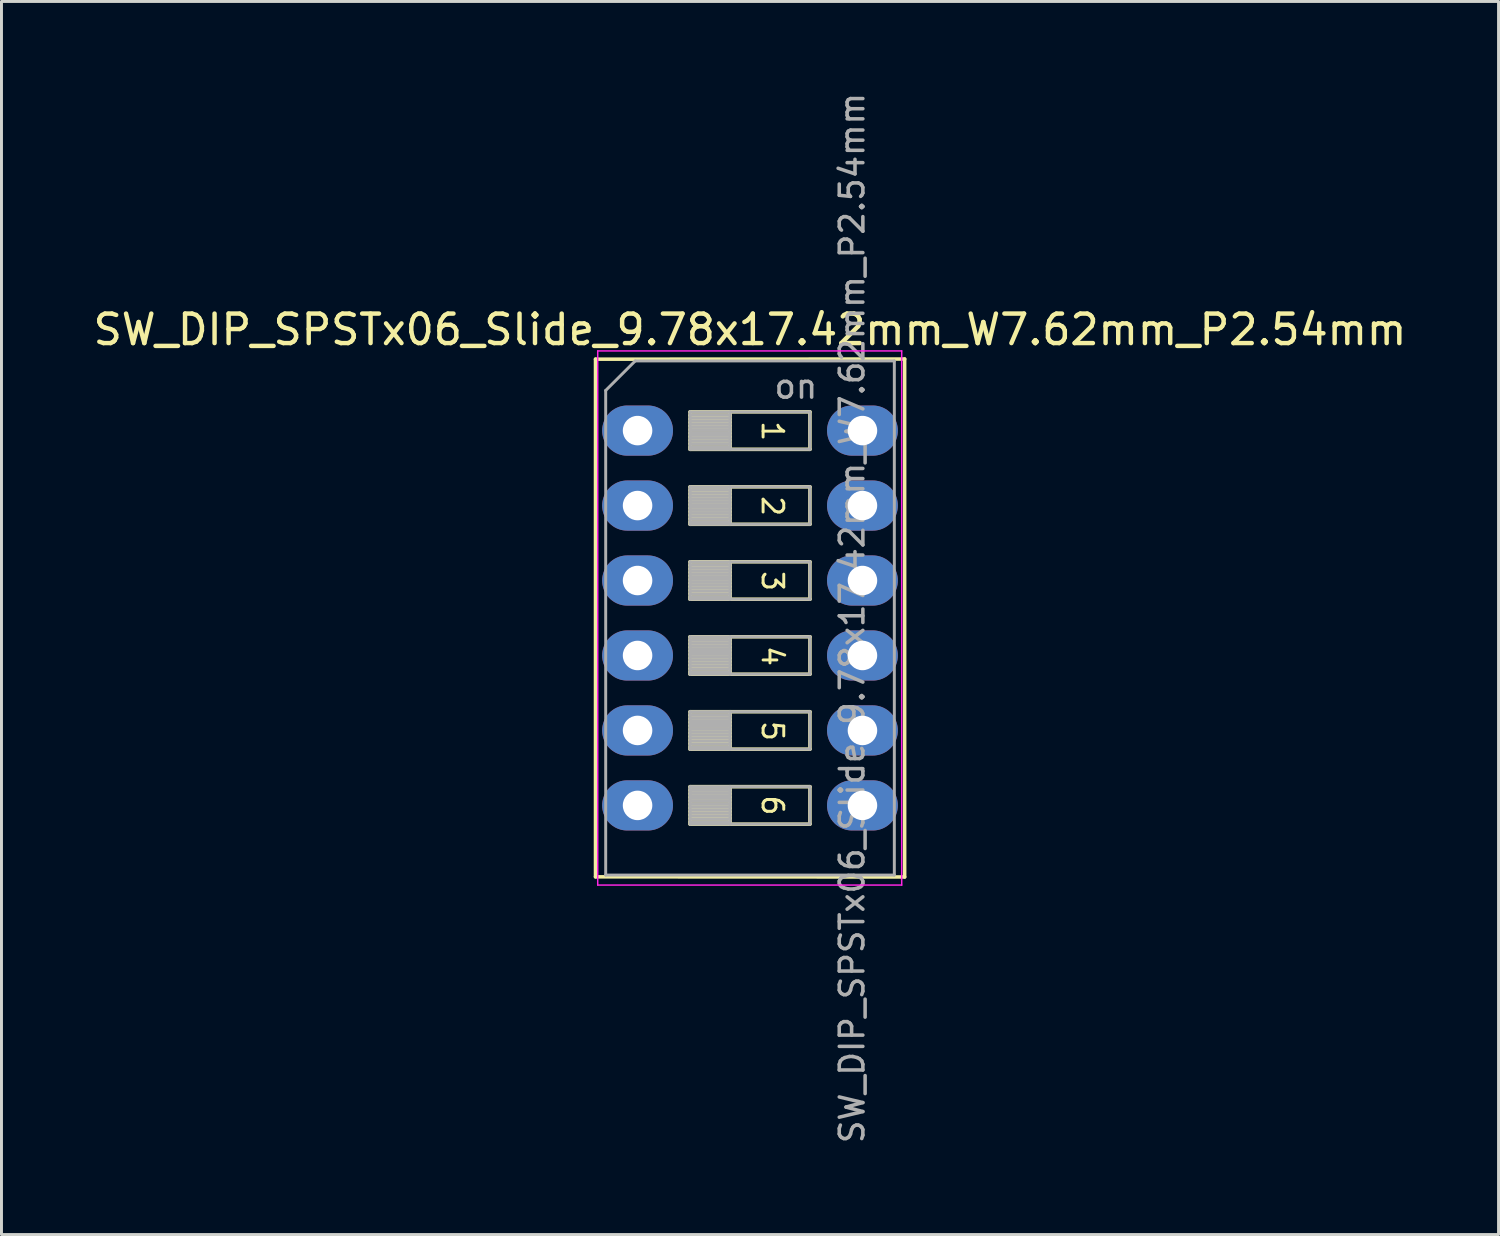
<source format=kicad_pcb>
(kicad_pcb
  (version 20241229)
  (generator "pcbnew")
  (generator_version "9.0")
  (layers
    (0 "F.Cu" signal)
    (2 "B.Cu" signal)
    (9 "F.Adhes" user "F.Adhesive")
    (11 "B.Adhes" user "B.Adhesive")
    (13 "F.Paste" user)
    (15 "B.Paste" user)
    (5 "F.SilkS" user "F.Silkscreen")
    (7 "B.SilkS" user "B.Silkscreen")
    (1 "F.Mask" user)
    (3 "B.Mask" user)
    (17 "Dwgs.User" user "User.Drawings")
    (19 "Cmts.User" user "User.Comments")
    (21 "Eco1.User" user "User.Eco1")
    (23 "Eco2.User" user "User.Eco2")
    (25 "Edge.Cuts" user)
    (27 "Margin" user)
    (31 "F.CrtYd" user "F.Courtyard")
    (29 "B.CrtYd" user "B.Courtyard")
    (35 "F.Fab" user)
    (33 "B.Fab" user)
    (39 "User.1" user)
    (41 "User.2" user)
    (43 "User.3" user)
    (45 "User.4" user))
  (footprint "SW_DIP_SPSTx06_Slide_9.78x17.42mm_W7.62mm_P2.54mm"
    (layer "F.Cu")
    (at 18.553 11.54)
    (property "Reference" "SW_DIP_SPSTx06_Slide_9.78x17.42mm_W7.62mm_P2.54mm" (at 3.81 -3.42 0) (layer "F.SilkS") (effects (font (size 1 1) (thickness 0.15))))
    (attr through_hole)
    (fp_line (start -1.425 -2.42) (end -1.425 15.12) (stroke (width 0.12) (type solid)) (layer "F.SilkS"))
    (fp_line (start -1.425 -2.42) (end 9.05 -2.425) (stroke (width 0.12) (type solid)) (layer "F.SilkS"))
    (fp_line (start -1.425 15.12) (end 9.05 15.125) (stroke (width 0.12) (type solid)) (layer "F.SilkS"))
    (fp_line (start 1.78 -0.635) (end 1.78 0.635) (stroke (width 0.12) (type solid)) (layer "F.SilkS"))
    (fp_line (start 1.78 -0.515) (end 3.133 -0.515) (stroke (width 0.12) (type solid)) (layer "F.SilkS"))
    (fp_line (start 1.78 -0.395) (end 3.133 -0.395) (stroke (width 0.12) (type solid)) (layer "F.SilkS"))
    (fp_line (start 1.78 -0.275) (end 3.133 -0.275) (stroke (width 0.12) (type solid)) (layer "F.SilkS"))
    (fp_line (start 1.78 -0.155) (end 3.133 -0.155) (stroke (width 0.12) (type solid)) (layer "F.SilkS"))
    (fp_line (start 1.78 -0.035) (end 3.133 -0.035) (stroke (width 0.12) (type solid)) (layer "F.SilkS"))
    (fp_line (start 1.78 0.085) (end 3.133 0.085) (stroke (width 0.12) (type solid)) (layer "F.SilkS"))
    (fp_line (start 1.78 0.205) (end 3.133 0.205) (stroke (width 0.12) (type solid)) (layer "F.SilkS"))
    (fp_line (start 1.78 0.325) (end 3.133 0.325) (stroke (width 0.12) (type solid)) (layer "F.SilkS"))
    (fp_line (start 1.78 0.445) (end 3.133 0.445) (stroke (width 0.12) (type solid)) (layer "F.SilkS"))
    (fp_line (start 1.78 0.565) (end 3.133 0.565) (stroke (width 0.12) (type solid)) (layer "F.SilkS"))
    (fp_line (start 1.78 0.635) (end 5.84 0.635) (stroke (width 0.12) (type solid)) (layer "F.SilkS"))
    (fp_line (start 1.78 1.905) (end 1.78 3.175) (stroke (width 0.12) (type solid)) (layer "F.SilkS"))
    (fp_line (start 1.78 2.025) (end 3.133 2.025) (stroke (width 0.12) (type solid)) (layer "F.SilkS"))
    (fp_line (start 1.78 2.145) (end 3.133 2.145) (stroke (width 0.12) (type solid)) (layer "F.SilkS"))
    (fp_line (start 1.78 2.265) (end 3.133 2.265) (stroke (width 0.12) (type solid)) (layer "F.SilkS"))
    (fp_line (start 1.78 2.385) (end 3.133 2.385) (stroke (width 0.12) (type solid)) (layer "F.SilkS"))
    (fp_line (start 1.78 2.505) (end 3.133 2.505) (stroke (width 0.12) (type solid)) (layer "F.SilkS"))
    (fp_line (start 1.78 2.625) (end 3.133 2.625) (stroke (width 0.12) (type solid)) (layer "F.SilkS"))
    (fp_line (start 1.78 2.745) (end 3.133 2.745) (stroke (width 0.12) (type solid)) (layer "F.SilkS"))
    (fp_line (start 1.78 2.865) (end 3.133 2.865) (stroke (width 0.12) (type solid)) (layer "F.SilkS"))
    (fp_line (start 1.78 2.985) (end 3.133 2.985) (stroke (width 0.12) (type solid)) (layer "F.SilkS"))
    (fp_line (start 1.78 3.105) (end 3.133 3.105) (stroke (width 0.12) (type solid)) (layer "F.SilkS"))
    (fp_line (start 1.78 3.175) (end 5.84 3.175) (stroke (width 0.12) (type solid)) (layer "F.SilkS"))
    (fp_line (start 1.78 4.445) (end 1.78 5.715) (stroke (width 0.12) (type solid)) (layer "F.SilkS"))
    (fp_line (start 1.78 4.565) (end 3.133 4.565) (stroke (width 0.12) (type solid)) (layer "F.SilkS"))
    (fp_line (start 1.78 4.685) (end 3.133 4.685) (stroke (width 0.12) (type solid)) (layer "F.SilkS"))
    (fp_line (start 1.78 4.805) (end 3.133 4.805) (stroke (width 0.12) (type solid)) (layer "F.SilkS"))
    (fp_line (start 1.78 4.925) (end 3.133 4.925) (stroke (width 0.12) (type solid)) (layer "F.SilkS"))
    (fp_line (start 1.78 5.045) (end 3.133 5.045) (stroke (width 0.12) (type solid)) (layer "F.SilkS"))
    (fp_line (start 1.78 5.165) (end 3.133 5.165) (stroke (width 0.12) (type solid)) (layer "F.SilkS"))
    (fp_line (start 1.78 5.285) (end 3.133 5.285) (stroke (width 0.12) (type solid)) (layer "F.SilkS"))
    (fp_line (start 1.78 5.405) (end 3.133 5.405) (stroke (width 0.12) (type solid)) (layer "F.SilkS"))
    (fp_line (start 1.78 5.525) (end 3.133 5.525) (stroke (width 0.12) (type solid)) (layer "F.SilkS"))
    (fp_line (start 1.78 5.645) (end 3.133 5.645) (stroke (width 0.12) (type solid)) (layer "F.SilkS"))
    (fp_line (start 1.78 5.715) (end 5.84 5.715) (stroke (width 0.12) (type solid)) (layer "F.SilkS"))
    (fp_line (start 1.78 6.985) (end 1.78 8.255) (stroke (width 0.12) (type solid)) (layer "F.SilkS"))
    (fp_line (start 1.78 7.105) (end 3.133 7.105) (stroke (width 0.12) (type solid)) (layer "F.SilkS"))
    (fp_line (start 1.78 7.225) (end 3.133 7.225) (stroke (width 0.12) (type solid)) (layer "F.SilkS"))
    (fp_line (start 1.78 7.345) (end 3.133 7.345) (stroke (width 0.12) (type solid)) (layer "F.SilkS"))
    (fp_line (start 1.78 7.465) (end 3.133 7.465) (stroke (width 0.12) (type solid)) (layer "F.SilkS"))
    (fp_line (start 1.78 7.585) (end 3.133 7.585) (stroke (width 0.12) (type solid)) (layer "F.SilkS"))
    (fp_line (start 1.78 7.705) (end 3.133 7.705) (stroke (width 0.12) (type solid)) (layer "F.SilkS"))
    (fp_line (start 1.78 7.825) (end 3.133 7.825) (stroke (width 0.12) (type solid)) (layer "F.SilkS"))
    (fp_line (start 1.78 7.945) (end 3.133 7.945) (stroke (width 0.12) (type solid)) (layer "F.SilkS"))
    (fp_line (start 1.78 8.065) (end 3.133 8.065) (stroke (width 0.12) (type solid)) (layer "F.SilkS"))
    (fp_line (start 1.78 8.185) (end 3.133 8.185) (stroke (width 0.12) (type solid)) (layer "F.SilkS"))
    (fp_line (start 1.78 8.255) (end 5.84 8.255) (stroke (width 0.12) (type solid)) (layer "F.SilkS"))
    (fp_line (start 1.78 9.525) (end 1.78 10.795) (stroke (width 0.12) (type solid)) (layer "F.SilkS"))
    (fp_line (start 1.78 9.645) (end 3.133 9.645) (stroke (width 0.12) (type solid)) (layer "F.SilkS"))
    (fp_line (start 1.78 9.765) (end 3.133 9.765) (stroke (width 0.12) (type solid)) (layer "F.SilkS"))
    (fp_line (start 1.78 9.885) (end 3.133 9.885) (stroke (width 0.12) (type solid)) (layer "F.SilkS"))
    (fp_line (start 1.78 10.005) (end 3.133 10.005) (stroke (width 0.12) (type solid)) (layer "F.SilkS"))
    (fp_line (start 1.78 10.125) (end 3.133 10.125) (stroke (width 0.12) (type solid)) (layer "F.SilkS"))
    (fp_line (start 1.78 10.245) (end 3.133 10.245) (stroke (width 0.12) (type solid)) (layer "F.SilkS"))
    (fp_line (start 1.78 10.365) (end 3.133 10.365) (stroke (width 0.12) (type solid)) (layer "F.SilkS"))
    (fp_line (start 1.78 10.485) (end 3.133 10.485) (stroke (width 0.12) (type solid)) (layer "F.SilkS"))
    (fp_line (start 1.78 10.605) (end 3.133 10.605) (stroke (width 0.12) (type solid)) (layer "F.SilkS"))
    (fp_line (start 1.78 10.725) (end 3.133 10.725) (stroke (width 0.12) (type solid)) (layer "F.SilkS"))
    (fp_line (start 1.78 10.795) (end 5.84 10.795) (stroke (width 0.12) (type solid)) (layer "F.SilkS"))
    (fp_line (start 1.78 12.065) (end 1.78 13.335) (stroke (width 0.12) (type solid)) (layer "F.SilkS"))
    (fp_line (start 1.78 12.185) (end 3.133 12.185) (stroke (width 0.12) (type solid)) (layer "F.SilkS"))
    (fp_line (start 1.78 12.305) (end 3.133 12.305) (stroke (width 0.12) (type solid)) (layer "F.SilkS"))
    (fp_line (start 1.78 12.425) (end 3.133 12.425) (stroke (width 0.12) (type solid)) (layer "F.SilkS"))
    (fp_line (start 1.78 12.545) (end 3.133 12.545) (stroke (width 0.12) (type solid)) (layer "F.SilkS"))
    (fp_line (start 1.78 12.665) (end 3.133 12.665) (stroke (width 0.12) (type solid)) (layer "F.SilkS"))
    (fp_line (start 1.78 12.785) (end 3.133 12.785) (stroke (width 0.12) (type solid)) (layer "F.SilkS"))
    (fp_line (start 1.78 12.905) (end 3.133 12.905) (stroke (width 0.12) (type solid)) (layer "F.SilkS"))
    (fp_line (start 1.78 13.025) (end 3.133 13.025) (stroke (width 0.12) (type solid)) (layer "F.SilkS"))
    (fp_line (start 1.78 13.145) (end 3.133 13.145) (stroke (width 0.12) (type solid)) (layer "F.SilkS"))
    (fp_line (start 1.78 13.265) (end 3.133 13.265) (stroke (width 0.12) (type solid)) (layer "F.SilkS"))
    (fp_line (start 1.78 13.335) (end 5.84 13.335) (stroke (width 0.12) (type solid)) (layer "F.SilkS"))
    (fp_line (start 3.133 -0.635) (end 3.133 0.635) (stroke (width 0.12) (type solid)) (layer "F.SilkS"))
    (fp_line (start 3.133 1.905) (end 3.133 3.175) (stroke (width 0.12) (type solid)) (layer "F.SilkS"))
    (fp_line (start 3.133 4.445) (end 3.133 5.715) (stroke (width 0.12) (type solid)) (layer "F.SilkS"))
    (fp_line (start 3.133 6.985) (end 3.133 8.255) (stroke (width 0.12) (type solid)) (layer "F.SilkS"))
    (fp_line (start 3.133 9.525) (end 3.133 10.795) (stroke (width 0.12) (type solid)) (layer "F.SilkS"))
    (fp_line (start 3.133 12.065) (end 3.133 13.335) (stroke (width 0.12) (type solid)) (layer "F.SilkS"))
    (fp_line (start 5.84 -0.635) (end 1.78 -0.635) (stroke (width 0.12) (type solid)) (layer "F.SilkS"))
    (fp_line (start 5.84 0.635) (end 5.84 -0.635) (stroke (width 0.12) (type solid)) (layer "F.SilkS"))
    (fp_line (start 5.84 1.905) (end 1.78 1.905) (stroke (width 0.12) (type solid)) (layer "F.SilkS"))
    (fp_line (start 5.84 3.175) (end 5.84 1.905) (stroke (width 0.12) (type solid)) (layer "F.SilkS"))
    (fp_line (start 5.84 4.445) (end 1.78 4.445) (stroke (width 0.12) (type solid)) (layer "F.SilkS"))
    (fp_line (start 5.84 5.715) (end 5.84 4.445) (stroke (width 0.12) (type solid)) (layer "F.SilkS"))
    (fp_line (start 5.84 6.985) (end 1.78 6.985) (stroke (width 0.12) (type solid)) (layer "F.SilkS"))
    (fp_line (start 5.84 8.255) (end 5.84 6.985) (stroke (width 0.12) (type solid)) (layer "F.SilkS"))
    (fp_line (start 5.84 9.525) (end 1.78 9.525) (stroke (width 0.12) (type solid)) (layer "F.SilkS"))
    (fp_line (start 5.84 10.795) (end 5.84 9.525) (stroke (width 0.12) (type solid)) (layer "F.SilkS"))
    (fp_line (start 5.84 12.065) (end 1.78 12.065) (stroke (width 0.12) (type solid)) (layer "F.SilkS"))
    (fp_line (start 5.84 13.335) (end 5.84 12.065) (stroke (width 0.12) (type solid)) (layer "F.SilkS"))
    (fp_line (start 9.05 -2.425) (end 9.05 15.125) (stroke (width 0.12) (type solid)) (layer "F.SilkS"))
    (fp_line (start -1.35 -2.7) (end -1.35 15.4) (stroke (width 0.05) (type solid)) (layer "F.CrtYd"))
    (fp_line (start -1.35 15.4) (end 8.95 15.4) (stroke (width 0.05) (type solid)) (layer "F.CrtYd"))
    (fp_line (start 8.95 -2.7) (end -1.35 -2.7) (stroke (width 0.05) (type solid)) (layer "F.CrtYd"))
    (fp_line (start 8.95 15.4) (end 8.95 -2.7) (stroke (width 0.05) (type solid)) (layer "F.CrtYd"))
    (fp_line (start -1.08 -1.36) (end -0.08 -2.36) (stroke (width 0.1) (type solid)) (layer "F.Fab"))
    (fp_line (start -1.08 15.06) (end -1.08 -1.36) (stroke (width 0.1) (type solid)) (layer "F.Fab"))
    (fp_line (start -0.08 -2.36) (end 8.7 -2.36) (stroke (width 0.1) (type solid)) (layer "F.Fab"))
    (fp_line (start 1.78 -0.635) (end 1.78 0.635) (stroke (width 0.1) (type solid)) (layer "F.Fab"))
    (fp_line (start 1.78 -0.535) (end 3.133 -0.535) (stroke (width 0.1) (type solid)) (layer "F.Fab"))
    (fp_line (start 1.78 -0.435) (end 3.133 -0.435) (stroke (width 0.1) (type solid)) (layer "F.Fab"))
    (fp_line (start 1.78 -0.335) (end 3.133 -0.335) (stroke (width 0.1) (type solid)) (layer "F.Fab"))
    (fp_line (start 1.78 -0.235) (end 3.133 -0.235) (stroke (width 0.1) (type solid)) (layer "F.Fab"))
    (fp_line (start 1.78 -0.135) (end 3.133 -0.135) (stroke (width 0.1) (type solid)) (layer "F.Fab"))
    (fp_line (start 1.78 -0.035) (end 3.133 -0.035) (stroke (width 0.1) (type solid)) (layer "F.Fab"))
    (fp_line (start 1.78 0.065) (end 3.133 0.065) (stroke (width 0.1) (type solid)) (layer "F.Fab"))
    (fp_line (start 1.78 0.165) (end 3.133 0.165) (stroke (width 0.1) (type solid)) (layer "F.Fab"))
    (fp_line (start 1.78 0.265) (end 3.133 0.265) (stroke (width 0.1) (type solid)) (layer "F.Fab"))
    (fp_line (start 1.78 0.365) (end 3.133 0.365) (stroke (width 0.1) (type solid)) (layer "F.Fab"))
    (fp_line (start 1.78 0.465) (end 3.133 0.465) (stroke (width 0.1) (type solid)) (layer "F.Fab"))
    (fp_line (start 1.78 0.565) (end 3.133 0.565) (stroke (width 0.1) (type solid)) (layer "F.Fab"))
    (fp_line (start 1.78 0.635) (end 5.84 0.635) (stroke (width 0.1) (type solid)) (layer "F.Fab"))
    (fp_line (start 1.78 1.905) (end 1.78 3.175) (stroke (width 0.1) (type solid)) (layer "F.Fab"))
    (fp_line (start 1.78 2.005) (end 3.133 2.005) (stroke (width 0.1) (type solid)) (layer "F.Fab"))
    (fp_line (start 1.78 2.105) (end 3.133 2.105) (stroke (width 0.1) (type solid)) (layer "F.Fab"))
    (fp_line (start 1.78 2.205) (end 3.133 2.205) (stroke (width 0.1) (type solid)) (layer "F.Fab"))
    (fp_line (start 1.78 2.305) (end 3.133 2.305) (stroke (width 0.1) (type solid)) (layer "F.Fab"))
    (fp_line (start 1.78 2.405) (end 3.133 2.405) (stroke (width 0.1) (type solid)) (layer "F.Fab"))
    (fp_line (start 1.78 2.505) (end 3.133 2.505) (stroke (width 0.1) (type solid)) (layer "F.Fab"))
    (fp_line (start 1.78 2.605) (end 3.133 2.605) (stroke (width 0.1) (type solid)) (layer "F.Fab"))
    (fp_line (start 1.78 2.705) (end 3.133 2.705) (stroke (width 0.1) (type solid)) (layer "F.Fab"))
    (fp_line (start 1.78 2.805) (end 3.133 2.805) (stroke (width 0.1) (type solid)) (layer "F.Fab"))
    (fp_line (start 1.78 2.905) (end 3.133 2.905) (stroke (width 0.1) (type solid)) (layer "F.Fab"))
    (fp_line (start 1.78 3.005) (end 3.133 3.005) (stroke (width 0.1) (type solid)) (layer "F.Fab"))
    (fp_line (start 1.78 3.105) (end 3.133 3.105) (stroke (width 0.1) (type solid)) (layer "F.Fab"))
    (fp_line (start 1.78 3.175) (end 5.84 3.175) (stroke (width 0.1) (type solid)) (layer "F.Fab"))
    (fp_line (start 1.78 4.445) (end 1.78 5.715) (stroke (width 0.1) (type solid)) (layer "F.Fab"))
    (fp_line (start 1.78 4.545) (end 3.133 4.545) (stroke (width 0.1) (type solid)) (layer "F.Fab"))
    (fp_line (start 1.78 4.645) (end 3.133 4.645) (stroke (width 0.1) (type solid)) (layer "F.Fab"))
    (fp_line (start 1.78 4.745) (end 3.133 4.745) (stroke (width 0.1) (type solid)) (layer "F.Fab"))
    (fp_line (start 1.78 4.845) (end 3.133 4.845) (stroke (width 0.1) (type solid)) (layer "F.Fab"))
    (fp_line (start 1.78 4.945) (end 3.133 4.945) (stroke (width 0.1) (type solid)) (layer "F.Fab"))
    (fp_line (start 1.78 5.045) (end 3.133 5.045) (stroke (width 0.1) (type solid)) (layer "F.Fab"))
    (fp_line (start 1.78 5.145) (end 3.133 5.145) (stroke (width 0.1) (type solid)) (layer "F.Fab"))
    (fp_line (start 1.78 5.245) (end 3.133 5.245) (stroke (width 0.1) (type solid)) (layer "F.Fab"))
    (fp_line (start 1.78 5.345) (end 3.133 5.345) (stroke (width 0.1) (type solid)) (layer "F.Fab"))
    (fp_line (start 1.78 5.445) (end 3.133 5.445) (stroke (width 0.1) (type solid)) (layer "F.Fab"))
    (fp_line (start 1.78 5.545) (end 3.133 5.545) (stroke (width 0.1) (type solid)) (layer "F.Fab"))
    (fp_line (start 1.78 5.645) (end 3.133 5.645) (stroke (width 0.1) (type solid)) (layer "F.Fab"))
    (fp_line (start 1.78 5.715) (end 5.84 5.715) (stroke (width 0.1) (type solid)) (layer "F.Fab"))
    (fp_line (start 1.78 6.985) (end 1.78 8.255) (stroke (width 0.1) (type solid)) (layer "F.Fab"))
    (fp_line (start 1.78 7.085) (end 3.133 7.085) (stroke (width 0.1) (type solid)) (layer "F.Fab"))
    (fp_line (start 1.78 7.185) (end 3.133 7.185) (stroke (width 0.1) (type solid)) (layer "F.Fab"))
    (fp_line (start 1.78 7.285) (end 3.133 7.285) (stroke (width 0.1) (type solid)) (layer "F.Fab"))
    (fp_line (start 1.78 7.385) (end 3.133 7.385) (stroke (width 0.1) (type solid)) (layer "F.Fab"))
    (fp_line (start 1.78 7.485) (end 3.133 7.485) (stroke (width 0.1) (type solid)) (layer "F.Fab"))
    (fp_line (start 1.78 7.585) (end 3.133 7.585) (stroke (width 0.1) (type solid)) (layer "F.Fab"))
    (fp_line (start 1.78 7.685) (end 3.133 7.685) (stroke (width 0.1) (type solid)) (layer "F.Fab"))
    (fp_line (start 1.78 7.785) (end 3.133 7.785) (stroke (width 0.1) (type solid)) (layer "F.Fab"))
    (fp_line (start 1.78 7.885) (end 3.133 7.885) (stroke (width 0.1) (type solid)) (layer "F.Fab"))
    (fp_line (start 1.78 7.985) (end 3.133 7.985) (stroke (width 0.1) (type solid)) (layer "F.Fab"))
    (fp_line (start 1.78 8.085) (end 3.133 8.085) (stroke (width 0.1) (type solid)) (layer "F.Fab"))
    (fp_line (start 1.78 8.185) (end 3.133 8.185) (stroke (width 0.1) (type solid)) (layer "F.Fab"))
    (fp_line (start 1.78 8.255) (end 5.84 8.255) (stroke (width 0.1) (type solid)) (layer "F.Fab"))
    (fp_line (start 1.78 9.525) (end 1.78 10.795) (stroke (width 0.1) (type solid)) (layer "F.Fab"))
    (fp_line (start 1.78 9.625) (end 3.133 9.625) (stroke (width 0.1) (type solid)) (layer "F.Fab"))
    (fp_line (start 1.78 9.725) (end 3.133 9.725) (stroke (width 0.1) (type solid)) (layer "F.Fab"))
    (fp_line (start 1.78 9.825) (end 3.133 9.825) (stroke (width 0.1) (type solid)) (layer "F.Fab"))
    (fp_line (start 1.78 9.925) (end 3.133 9.925) (stroke (width 0.1) (type solid)) (layer "F.Fab"))
    (fp_line (start 1.78 10.025) (end 3.133 10.025) (stroke (width 0.1) (type solid)) (layer "F.Fab"))
    (fp_line (start 1.78 10.125) (end 3.133 10.125) (stroke (width 0.1) (type solid)) (layer "F.Fab"))
    (fp_line (start 1.78 10.225) (end 3.133 10.225) (stroke (width 0.1) (type solid)) (layer "F.Fab"))
    (fp_line (start 1.78 10.325) (end 3.133 10.325) (stroke (width 0.1) (type solid)) (layer "F.Fab"))
    (fp_line (start 1.78 10.425) (end 3.133 10.425) (stroke (width 0.1) (type solid)) (layer "F.Fab"))
    (fp_line (start 1.78 10.525) (end 3.133 10.525) (stroke (width 0.1) (type solid)) (layer "F.Fab"))
    (fp_line (start 1.78 10.625) (end 3.133 10.625) (stroke (width 0.1) (type solid)) (layer "F.Fab"))
    (fp_line (start 1.78 10.725) (end 3.133 10.725) (stroke (width 0.1) (type solid)) (layer "F.Fab"))
    (fp_line (start 1.78 10.795) (end 5.84 10.795) (stroke (width 0.1) (type solid)) (layer "F.Fab"))
    (fp_line (start 1.78 12.065) (end 1.78 13.335) (stroke (width 0.1) (type solid)) (layer "F.Fab"))
    (fp_line (start 1.78 12.165) (end 3.133 12.165) (stroke (width 0.1) (type solid)) (layer "F.Fab"))
    (fp_line (start 1.78 12.265) (end 3.133 12.265) (stroke (width 0.1) (type solid)) (layer "F.Fab"))
    (fp_line (start 1.78 12.365) (end 3.133 12.365) (stroke (width 0.1) (type solid)) (layer "F.Fab"))
    (fp_line (start 1.78 12.465) (end 3.133 12.465) (stroke (width 0.1) (type solid)) (layer "F.Fab"))
    (fp_line (start 1.78 12.565) (end 3.133 12.565) (stroke (width 0.1) (type solid)) (layer "F.Fab"))
    (fp_line (start 1.78 12.665) (end 3.133 12.665) (stroke (width 0.1) (type solid)) (layer "F.Fab"))
    (fp_line (start 1.78 12.765) (end 3.133 12.765) (stroke (width 0.1) (type solid)) (layer "F.Fab"))
    (fp_line (start 1.78 12.865) (end 3.133 12.865) (stroke (width 0.1) (type solid)) (layer "F.Fab"))
    (fp_line (start 1.78 12.965) (end 3.133 12.965) (stroke (width 0.1) (type solid)) (layer "F.Fab"))
    (fp_line (start 1.78 13.065) (end 3.133 13.065) (stroke (width 0.1) (type solid)) (layer "F.Fab"))
    (fp_line (start 1.78 13.165) (end 3.133 13.165) (stroke (width 0.1) (type solid)) (layer "F.Fab"))
    (fp_line (start 1.78 13.265) (end 3.133 13.265) (stroke (width 0.1) (type solid)) (layer "F.Fab"))
    (fp_line (start 1.78 13.335) (end 5.84 13.335) (stroke (width 0.1) (type solid)) (layer "F.Fab"))
    (fp_line (start 3.133 -0.635) (end 3.133 0.635) (stroke (width 0.1) (type solid)) (layer "F.Fab"))
    (fp_line (start 3.133 1.905) (end 3.133 3.175) (stroke (width 0.1) (type solid)) (layer "F.Fab"))
    (fp_line (start 3.133 4.445) (end 3.133 5.715) (stroke (width 0.1) (type solid)) (layer "F.Fab"))
    (fp_line (start 3.133 6.985) (end 3.133 8.255) (stroke (width 0.1) (type solid)) (layer "F.Fab"))
    (fp_line (start 3.133 9.525) (end 3.133 10.795) (stroke (width 0.1) (type solid)) (layer "F.Fab"))
    (fp_line (start 3.133 12.065) (end 3.133 13.335) (stroke (width 0.1) (type solid)) (layer "F.Fab"))
    (fp_line (start 5.84 -0.635) (end 1.78 -0.635) (stroke (width 0.1) (type solid)) (layer "F.Fab"))
    (fp_line (start 5.84 0.635) (end 5.84 -0.635) (stroke (width 0.1) (type solid)) (layer "F.Fab"))
    (fp_line (start 5.84 1.905) (end 1.78 1.905) (stroke (width 0.1) (type solid)) (layer "F.Fab"))
    (fp_line (start 5.84 3.175) (end 5.84 1.905) (stroke (width 0.1) (type solid)) (layer "F.Fab"))
    (fp_line (start 5.84 4.445) (end 1.78 4.445) (stroke (width 0.1) (type solid)) (layer "F.Fab"))
    (fp_line (start 5.84 5.715) (end 5.84 4.445) (stroke (width 0.1) (type solid)) (layer "F.Fab"))
    (fp_line (start 5.84 6.985) (end 1.78 6.985) (stroke (width 0.1) (type solid)) (layer "F.Fab"))
    (fp_line (start 5.84 8.255) (end 5.84 6.985) (stroke (width 0.1) (type solid)) (layer "F.Fab"))
    (fp_line (start 5.84 9.525) (end 1.78 9.525) (stroke (width 0.1) (type solid)) (layer "F.Fab"))
    (fp_line (start 5.84 10.795) (end 5.84 9.525) (stroke (width 0.1) (type solid)) (layer "F.Fab"))
    (fp_line (start 5.84 12.065) (end 1.78 12.065) (stroke (width 0.1) (type solid)) (layer "F.Fab"))
    (fp_line (start 5.84 13.335) (end 5.84 12.065) (stroke (width 0.1) (type solid)) (layer "F.Fab"))
    (fp_line (start 8.7 -2.36) (end 8.7 15.06) (stroke (width 0.1) (type solid)) (layer "F.Fab"))
    (fp_line (start 8.7 15.06) (end -1.08 15.06) (stroke (width 0.1) (type solid)) (layer "F.Fab"))
    (fp_text user "4" (at 4.572 7.239 270) (unlocked yes) (layer "F.SilkS") (effects (font (size 0.7 0.7) (thickness 0.1)) (justify left)))
    (fp_text user "6" (at 4.572 12.7 270) (unlocked yes) (layer "F.SilkS") (effects (font (size 0.7 0.7) (thickness 0.1))))
    (fp_text user "2" (at 4.572 2.159 270) (unlocked yes) (layer "F.SilkS") (effects (font (size 0.7 0.7) (thickness 0.1)) (justify left)))
    (fp_text user "3" (at 4.572 4.699 270) (unlocked yes) (layer "F.SilkS") (effects (font (size 0.7 0.7) (thickness 0.1)) (justify left)))
    (fp_text user "1" (at 4.572 -0.381 270) (unlocked yes) (layer "F.SilkS") (effects (font (size 0.7 0.7) (thickness 0.1)) (justify left)))
    (fp_text user "5" (at 4.572 9.779 270) (unlocked yes) (layer "F.SilkS") (effects (font (size 0.7 0.7) (thickness 0.1)) (justify left)))
    (fp_text user "${REFERENCE}" (at 7.27 6.35 90) (layer "F.Fab") (effects (font (size 0.8 0.8) (thickness 0.12))))
    (fp_text user "on" (at 5.365 -1.498 0) (layer "F.Fab") (effects (font (size 0.8 0.8) (thickness 0.12))))
    (pad "1" thru_hole oval (at 7.62 0) (size 2.4 1.7) (drill 1) (layers "*.Cu" "*.Mask"))
    (pad "2" thru_hole oval (at 7.62 2.54) (size 2.4 1.7) (drill 1) (layers "*.Cu" "*.Mask"))
    (pad "3" thru_hole oval (at 7.62 5.08) (size 2.4 1.7) (drill 1) (layers "*.Cu" "*.Mask"))
    (pad "4" thru_hole oval (at 7.62 7.62) (size 2.4 1.7) (drill 1) (layers "*.Cu" "*.Mask"))
    (pad "5" thru_hole oval (at 7.62 10.16) (size 2.4 1.7) (drill 1) (layers "*.Cu" "*.Mask"))
    (pad "6" thru_hole oval (at 7.62 12.7) (size 2.4 1.7) (drill 1) (layers "*.Cu" "*.Mask"))
    (pad "7" thru_hole oval (at 0 12.7) (size 2.4 1.7) (drill 1) (layers "*.Cu" "*.Mask"))
    (pad "8" thru_hole oval (at 0 10.16) (size 2.4 1.7) (drill 1) (layers "*.Cu" "*.Mask"))
    (pad "9" thru_hole oval (at 0 7.62) (size 2.4 1.7) (drill 1) (layers "*.Cu" "*.Mask"))
    (pad "10" thru_hole oval (at 0 5.08) (size 2.4 1.7) (drill 1) (layers "*.Cu" "*.Mask"))
    (pad "11" thru_hole oval (at 0 2.54) (size 2.4 1.7) (drill 1) (layers "*.Cu" "*.Mask"))
    (pad "12" thru_hole oval (at 0 0) (size 2.4 1.7) (drill 1) (layers "*.Cu" "*.Mask")))
  (gr_rect
    (start -3 -3)
    (end 47.726 38.781)
    (stroke (width 0.1) (type default))
    (fill no)
    (layer "Edge.Cuts")))
</source>
